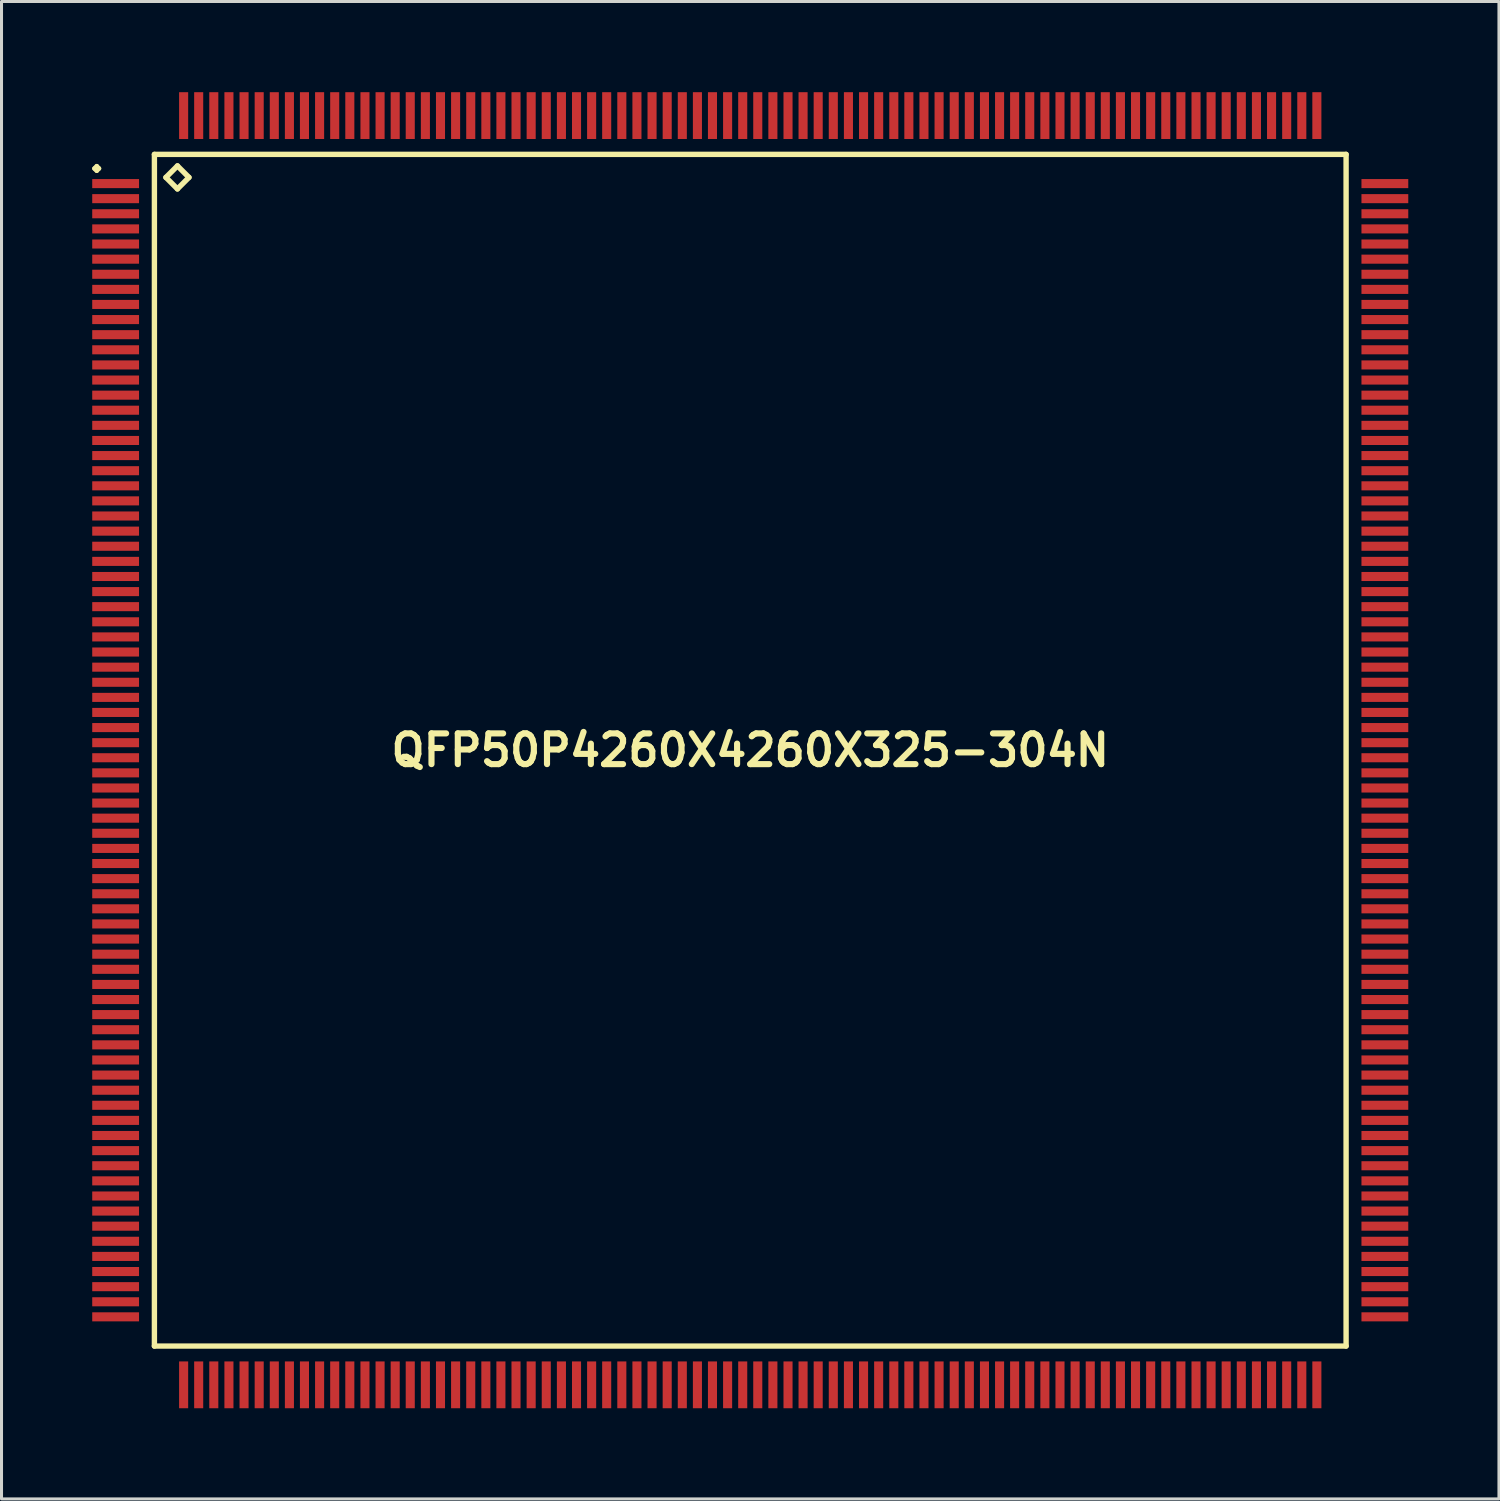
<source format=kicad_pcb>
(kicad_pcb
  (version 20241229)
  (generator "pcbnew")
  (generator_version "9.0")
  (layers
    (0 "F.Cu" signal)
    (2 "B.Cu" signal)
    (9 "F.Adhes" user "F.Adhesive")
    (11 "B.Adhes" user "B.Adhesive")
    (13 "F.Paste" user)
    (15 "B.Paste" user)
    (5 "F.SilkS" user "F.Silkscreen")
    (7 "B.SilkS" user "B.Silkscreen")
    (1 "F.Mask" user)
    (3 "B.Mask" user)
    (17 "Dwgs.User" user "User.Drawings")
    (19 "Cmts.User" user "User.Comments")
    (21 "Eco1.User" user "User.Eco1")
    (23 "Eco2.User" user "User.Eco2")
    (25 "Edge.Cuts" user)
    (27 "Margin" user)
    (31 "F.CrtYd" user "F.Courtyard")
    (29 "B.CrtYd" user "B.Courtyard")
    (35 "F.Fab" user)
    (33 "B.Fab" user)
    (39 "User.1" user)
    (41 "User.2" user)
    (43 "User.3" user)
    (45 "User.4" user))
  (footprint "QFP50P4260X4260X325-304N"
    (layer "F.Cu")
    (at 21.774 21.773)
    (property "Reference" "QFP50P4260X4260X325-304N" (at 0 0 0) (layer "F.SilkS") (effects (font (size 1.016 1.016) (thickness 0.203))))
    (attr smd)
    (fp_line (start -21.699 -19.248) (end -21.623 -19.324) (stroke (width 0.15) (type solid)) (layer "F.SilkS"))
    (fp_line (start -21.623 -19.324) (end -21.549 -19.248) (stroke (width 0.15) (type solid)) (layer "F.SilkS"))
    (fp_line (start -21.623 -19.174) (end -21.699 -19.248) (stroke (width 0.15) (type solid)) (layer "F.SilkS"))
    (fp_line (start -21.549 -19.248) (end -21.623 -19.174) (stroke (width 0.15) (type solid)) (layer "F.SilkS"))
    (fp_line (start -19.715 -19.715) (end -19.715 19.715) (stroke (width 0.178) (type solid)) (layer "F.SilkS"))
    (fp_line (start -19.715 19.715) (end 19.715 19.715) (stroke (width 0.178) (type solid)) (layer "F.SilkS"))
    (fp_line (start -19.334 -18.953) (end -18.953 -19.334) (stroke (width 0.178) (type solid)) (layer "F.SilkS"))
    (fp_line (start -18.953 -19.334) (end -18.572 -18.953) (stroke (width 0.178) (type solid)) (layer "F.SilkS"))
    (fp_line (start -18.953 -18.572) (end -19.334 -18.953) (stroke (width 0.178) (type solid)) (layer "F.SilkS"))
    (fp_line (start -18.572 -18.953) (end -18.953 -18.572) (stroke (width 0.178) (type solid)) (layer "F.SilkS"))
    (fp_line (start 19.715 -19.715) (end -19.715 -19.715) (stroke (width 0.178) (type solid)) (layer "F.SilkS"))
    (fp_line (start 19.715 19.715) (end 19.715 -19.715) (stroke (width 0.178) (type solid)) (layer "F.SilkS"))
    (pad "1" smd rect (at -20.998 -18.748) (size 1.549 0.3) (layers "F.Cu" "F.Mask" "F.Paste"))
    (pad "2" smd rect (at -20.998 -18.25) (size 1.549 0.3) (layers "F.Cu" "F.Mask" "F.Paste"))
    (pad "3" smd rect (at -20.998 -17.75) (size 1.549 0.3) (layers "F.Cu" "F.Mask" "F.Paste"))
    (pad "4" smd rect (at -20.998 -17.249) (size 1.549 0.3) (layers "F.Cu" "F.Mask" "F.Paste"))
    (pad "5" smd rect (at -20.998 -16.749) (size 1.549 0.3) (layers "F.Cu" "F.Mask" "F.Paste"))
    (pad "6" smd rect (at -20.998 -16.248) (size 1.549 0.3) (layers "F.Cu" "F.Mask" "F.Paste"))
    (pad "7" smd rect (at -20.998 -15.748) (size 1.549 0.3) (layers "F.Cu" "F.Mask" "F.Paste"))
    (pad "8" smd rect (at -20.998 -15.248) (size 1.549 0.3) (layers "F.Cu" "F.Mask" "F.Paste"))
    (pad "9" smd rect (at -20.998 -14.75) (size 1.549 0.3) (layers "F.Cu" "F.Mask" "F.Paste"))
    (pad "10" smd rect (at -20.998 -14.249) (size 1.549 0.3) (layers "F.Cu" "F.Mask" "F.Paste"))
    (pad "11" smd rect (at -20.998 -13.749) (size 1.549 0.3) (layers "F.Cu" "F.Mask" "F.Paste"))
    (pad "12" smd rect (at -20.998 -13.249) (size 1.549 0.3) (layers "F.Cu" "F.Mask" "F.Paste"))
    (pad "13" smd rect (at -20.998 -12.748) (size 1.549 0.3) (layers "F.Cu" "F.Mask" "F.Paste"))
    (pad "14" smd rect (at -20.998 -12.248) (size 1.549 0.3) (layers "F.Cu" "F.Mask" "F.Paste"))
    (pad "15" smd rect (at -20.998 -11.748) (size 1.549 0.3) (layers "F.Cu" "F.Mask" "F.Paste"))
    (pad "16" smd rect (at -20.998 -11.25) (size 1.549 0.3) (layers "F.Cu" "F.Mask" "F.Paste"))
    (pad "17" smd rect (at -20.998 -10.749) (size 1.549 0.3) (layers "F.Cu" "F.Mask" "F.Paste"))
    (pad "18" smd rect (at -20.998 -10.249) (size 1.549 0.3) (layers "F.Cu" "F.Mask" "F.Paste"))
    (pad "19" smd rect (at -20.998 -9.749) (size 1.549 0.3) (layers "F.Cu" "F.Mask" "F.Paste"))
    (pad "20" smd rect (at -20.998 -9.248) (size 1.549 0.3) (layers "F.Cu" "F.Mask" "F.Paste"))
    (pad "21" smd rect (at -20.998 -8.748) (size 1.549 0.3) (layers "F.Cu" "F.Mask" "F.Paste"))
    (pad "22" smd rect (at -20.998 -8.25) (size 1.549 0.3) (layers "F.Cu" "F.Mask" "F.Paste"))
    (pad "23" smd rect (at -20.998 -7.75) (size 1.549 0.3) (layers "F.Cu" "F.Mask" "F.Paste"))
    (pad "24" smd rect (at -20.998 -7.249) (size 1.549 0.3) (layers "F.Cu" "F.Mask" "F.Paste"))
    (pad "25" smd rect (at -20.998 -6.749) (size 1.549 0.3) (layers "F.Cu" "F.Mask" "F.Paste"))
    (pad "26" smd rect (at -20.998 -6.248) (size 1.549 0.3) (layers "F.Cu" "F.Mask" "F.Paste"))
    (pad "27" smd rect (at -20.998 -5.748) (size 1.549 0.3) (layers "F.Cu" "F.Mask" "F.Paste"))
    (pad "28" smd rect (at -20.998 -5.248) (size 1.549 0.3) (layers "F.Cu" "F.Mask" "F.Paste"))
    (pad "29" smd rect (at -20.998 -4.75) (size 1.549 0.3) (layers "F.Cu" "F.Mask" "F.Paste"))
    (pad "30" smd rect (at -20.998 -4.249) (size 1.549 0.3) (layers "F.Cu" "F.Mask" "F.Paste"))
    (pad "31" smd rect (at -20.998 -3.749) (size 1.549 0.3) (layers "F.Cu" "F.Mask" "F.Paste"))
    (pad "32" smd rect (at -20.998 -3.249) (size 1.549 0.3) (layers "F.Cu" "F.Mask" "F.Paste"))
    (pad "33" smd rect (at -20.998 -2.748) (size 1.549 0.3) (layers "F.Cu" "F.Mask" "F.Paste"))
    (pad "34" smd rect (at -20.998 -2.248) (size 1.549 0.3) (layers "F.Cu" "F.Mask" "F.Paste"))
    (pad "35" smd rect (at -20.998 -1.748) (size 1.549 0.3) (layers "F.Cu" "F.Mask" "F.Paste"))
    (pad "36" smd rect (at -20.998 -1.25) (size 1.549 0.3) (layers "F.Cu" "F.Mask" "F.Paste"))
    (pad "37" smd rect (at -20.998 -0.749) (size 1.549 0.3) (layers "F.Cu" "F.Mask" "F.Paste"))
    (pad "38" smd rect (at -20.998 -0.249) (size 1.549 0.3) (layers "F.Cu" "F.Mask" "F.Paste"))
    (pad "39" smd rect (at -20.998 0.249) (size 1.549 0.3) (layers "F.Cu" "F.Mask" "F.Paste"))
    (pad "40" smd rect (at -20.998 0.749) (size 1.549 0.3) (layers "F.Cu" "F.Mask" "F.Paste"))
    (pad "41" smd rect (at -20.998 1.25) (size 1.549 0.3) (layers "F.Cu" "F.Mask" "F.Paste"))
    (pad "42" smd rect (at -20.998 1.748) (size 1.549 0.3) (layers "F.Cu" "F.Mask" "F.Paste"))
    (pad "43" smd rect (at -20.998 2.248) (size 1.549 0.3) (layers "F.Cu" "F.Mask" "F.Paste"))
    (pad "44" smd rect (at -20.998 2.748) (size 1.549 0.3) (layers "F.Cu" "F.Mask" "F.Paste"))
    (pad "45" smd rect (at -20.998 3.249) (size 1.549 0.3) (layers "F.Cu" "F.Mask" "F.Paste"))
    (pad "46" smd rect (at -20.998 3.749) (size 1.549 0.3) (layers "F.Cu" "F.Mask" "F.Paste"))
    (pad "47" smd rect (at -20.998 4.249) (size 1.549 0.3) (layers "F.Cu" "F.Mask" "F.Paste"))
    (pad "48" smd rect (at -20.998 4.75) (size 1.549 0.3) (layers "F.Cu" "F.Mask" "F.Paste"))
    (pad "49" smd rect (at -20.998 5.248) (size 1.549 0.3) (layers "F.Cu" "F.Mask" "F.Paste"))
    (pad "50" smd rect (at -20.998 5.748) (size 1.549 0.3) (layers "F.Cu" "F.Mask" "F.Paste"))
    (pad "51" smd rect (at -20.998 6.248) (size 1.549 0.3) (layers "F.Cu" "F.Mask" "F.Paste"))
    (pad "52" smd rect (at -20.998 6.749) (size 1.549 0.3) (layers "F.Cu" "F.Mask" "F.Paste"))
    (pad "53" smd rect (at -20.998 7.249) (size 1.549 0.3) (layers "F.Cu" "F.Mask" "F.Paste"))
    (pad "54" smd rect (at -20.998 7.75) (size 1.549 0.3) (layers "F.Cu" "F.Mask" "F.Paste"))
    (pad "55" smd rect (at -20.998 8.25) (size 1.549 0.3) (layers "F.Cu" "F.Mask" "F.Paste"))
    (pad "56" smd rect (at -20.998 8.748) (size 1.549 0.3) (layers "F.Cu" "F.Mask" "F.Paste"))
    (pad "57" smd rect (at -20.998 9.248) (size 1.549 0.3) (layers "F.Cu" "F.Mask" "F.Paste"))
    (pad "58" smd rect (at -20.998 9.749) (size 1.549 0.3) (layers "F.Cu" "F.Mask" "F.Paste"))
    (pad "59" smd rect (at -20.998 10.249) (size 1.549 0.3) (layers "F.Cu" "F.Mask" "F.Paste"))
    (pad "60" smd rect (at -20.998 10.749) (size 1.549 0.3) (layers "F.Cu" "F.Mask" "F.Paste"))
    (pad "61" smd rect (at -20.998 11.25) (size 1.549 0.3) (layers "F.Cu" "F.Mask" "F.Paste"))
    (pad "62" smd rect (at -20.998 11.748) (size 1.549 0.3) (layers "F.Cu" "F.Mask" "F.Paste"))
    (pad "63" smd rect (at -20.998 12.248) (size 1.549 0.3) (layers "F.Cu" "F.Mask" "F.Paste"))
    (pad "64" smd rect (at -20.998 12.748) (size 1.549 0.3) (layers "F.Cu" "F.Mask" "F.Paste"))
    (pad "65" smd rect (at -20.998 13.249) (size 1.549 0.3) (layers "F.Cu" "F.Mask" "F.Paste"))
    (pad "66" smd rect (at -20.998 13.749) (size 1.549 0.3) (layers "F.Cu" "F.Mask" "F.Paste"))
    (pad "67" smd rect (at -20.998 14.249) (size 1.549 0.3) (layers "F.Cu" "F.Mask" "F.Paste"))
    (pad "68" smd rect (at -20.998 14.75) (size 1.549 0.3) (layers "F.Cu" "F.Mask" "F.Paste"))
    (pad "69" smd rect (at -20.998 15.248) (size 1.549 0.3) (layers "F.Cu" "F.Mask" "F.Paste"))
    (pad "70" smd rect (at -20.998 15.748) (size 1.549 0.3) (layers "F.Cu" "F.Mask" "F.Paste"))
    (pad "71" smd rect (at -20.998 16.248) (size 1.549 0.3) (layers "F.Cu" "F.Mask" "F.Paste"))
    (pad "72" smd rect (at -20.998 16.749) (size 1.549 0.3) (layers "F.Cu" "F.Mask" "F.Paste"))
    (pad "73" smd rect (at -20.998 17.249) (size 1.549 0.3) (layers "F.Cu" "F.Mask" "F.Paste"))
    (pad "74" smd rect (at -20.998 17.75) (size 1.549 0.3) (layers "F.Cu" "F.Mask" "F.Paste"))
    (pad "75" smd rect (at -20.998 18.25) (size 1.549 0.3) (layers "F.Cu" "F.Mask" "F.Paste"))
    (pad "76" smd rect (at -20.998 18.748) (size 1.549 0.3) (layers "F.Cu" "F.Mask" "F.Paste"))
    (pad "77" smd rect (at -18.748 20.998) (size 0.3 1.549) (layers "F.Cu" "F.Mask" "F.Paste"))
    (pad "78" smd rect (at -18.25 20.998) (size 0.3 1.549) (layers "F.Cu" "F.Mask" "F.Paste"))
    (pad "79" smd rect (at -17.75 20.998) (size 0.3 1.549) (layers "F.Cu" "F.Mask" "F.Paste"))
    (pad "80" smd rect (at -17.249 20.998) (size 0.3 1.549) (layers "F.Cu" "F.Mask" "F.Paste"))
    (pad "81" smd rect (at -16.749 20.998) (size 0.3 1.549) (layers "F.Cu" "F.Mask" "F.Paste"))
    (pad "82" smd rect (at -16.248 20.998) (size 0.3 1.549) (layers "F.Cu" "F.Mask" "F.Paste"))
    (pad "83" smd rect (at -15.748 20.998) (size 0.3 1.549) (layers "F.Cu" "F.Mask" "F.Paste"))
    (pad "84" smd rect (at -15.248 20.998) (size 0.3 1.549) (layers "F.Cu" "F.Mask" "F.Paste"))
    (pad "85" smd rect (at -14.75 20.998) (size 0.3 1.549) (layers "F.Cu" "F.Mask" "F.Paste"))
    (pad "86" smd rect (at -14.249 20.998) (size 0.3 1.549) (layers "F.Cu" "F.Mask" "F.Paste"))
    (pad "87" smd rect (at -13.749 20.998) (size 0.3 1.549) (layers "F.Cu" "F.Mask" "F.Paste"))
    (pad "88" smd rect (at -13.249 20.998) (size 0.3 1.549) (layers "F.Cu" "F.Mask" "F.Paste"))
    (pad "89" smd rect (at -12.748 20.998) (size 0.3 1.549) (layers "F.Cu" "F.Mask" "F.Paste"))
    (pad "90" smd rect (at -12.248 20.998) (size 0.3 1.549) (layers "F.Cu" "F.Mask" "F.Paste"))
    (pad "91" smd rect (at -11.748 20.998) (size 0.3 1.549) (layers "F.Cu" "F.Mask" "F.Paste"))
    (pad "92" smd rect (at -11.25 20.998) (size 0.3 1.549) (layers "F.Cu" "F.Mask" "F.Paste"))
    (pad "93" smd rect (at -10.749 20.998) (size 0.3 1.549) (layers "F.Cu" "F.Mask" "F.Paste"))
    (pad "94" smd rect (at -10.249 20.998) (size 0.3 1.549) (layers "F.Cu" "F.Mask" "F.Paste"))
    (pad "95" smd rect (at -9.749 20.998) (size 0.3 1.549) (layers "F.Cu" "F.Mask" "F.Paste"))
    (pad "96" smd rect (at -9.248 20.998) (size 0.3 1.549) (layers "F.Cu" "F.Mask" "F.Paste"))
    (pad "97" smd rect (at -8.748 20.998) (size 0.3 1.549) (layers "F.Cu" "F.Mask" "F.Paste"))
    (pad "98" smd rect (at -8.25 20.998) (size 0.3 1.549) (layers "F.Cu" "F.Mask" "F.Paste"))
    (pad "99" smd rect (at -7.75 20.998) (size 0.3 1.549) (layers "F.Cu" "F.Mask" "F.Paste"))
    (pad "100" smd rect (at -7.249 20.998) (size 0.3 1.549) (layers "F.Cu" "F.Mask" "F.Paste"))
    (pad "101" smd rect (at -6.749 20.998) (size 0.3 1.549) (layers "F.Cu" "F.Mask" "F.Paste"))
    (pad "102" smd rect (at -6.248 20.998) (size 0.3 1.549) (layers "F.Cu" "F.Mask" "F.Paste"))
    (pad "103" smd rect (at -5.748 20.998) (size 0.3 1.549) (layers "F.Cu" "F.Mask" "F.Paste"))
    (pad "104" smd rect (at -5.248 20.998) (size 0.3 1.549) (layers "F.Cu" "F.Mask" "F.Paste"))
    (pad "105" smd rect (at -4.75 20.998) (size 0.3 1.549) (layers "F.Cu" "F.Mask" "F.Paste"))
    (pad "106" smd rect (at -4.249 20.998) (size 0.3 1.549) (layers "F.Cu" "F.Mask" "F.Paste"))
    (pad "107" smd rect (at -3.749 20.998) (size 0.3 1.549) (layers "F.Cu" "F.Mask" "F.Paste"))
    (pad "108" smd rect (at -3.249 20.998) (size 0.3 1.549) (layers "F.Cu" "F.Mask" "F.Paste"))
    (pad "109" smd rect (at -2.748 20.998) (size 0.3 1.549) (layers "F.Cu" "F.Mask" "F.Paste"))
    (pad "110" smd rect (at -2.248 20.998) (size 0.3 1.549) (layers "F.Cu" "F.Mask" "F.Paste"))
    (pad "111" smd rect (at -1.748 20.998) (size 0.3 1.549) (layers "F.Cu" "F.Mask" "F.Paste"))
    (pad "112" smd rect (at -1.25 20.998) (size 0.3 1.549) (layers "F.Cu" "F.Mask" "F.Paste"))
    (pad "113" smd rect (at -0.749 20.998) (size 0.3 1.549) (layers "F.Cu" "F.Mask" "F.Paste"))
    (pad "114" smd rect (at -0.249 20.998) (size 0.3 1.549) (layers "F.Cu" "F.Mask" "F.Paste"))
    (pad "115" smd rect (at 0.249 20.998) (size 0.3 1.549) (layers "F.Cu" "F.Mask" "F.Paste"))
    (pad "116" smd rect (at 0.749 20.998) (size 0.3 1.549) (layers "F.Cu" "F.Mask" "F.Paste"))
    (pad "117" smd rect (at 1.25 20.998) (size 0.3 1.549) (layers "F.Cu" "F.Mask" "F.Paste"))
    (pad "118" smd rect (at 1.748 20.998) (size 0.3 1.549) (layers "F.Cu" "F.Mask" "F.Paste"))
    (pad "119" smd rect (at 2.248 20.998) (size 0.3 1.549) (layers "F.Cu" "F.Mask" "F.Paste"))
    (pad "120" smd rect (at 2.748 20.998) (size 0.3 1.549) (layers "F.Cu" "F.Mask" "F.Paste"))
    (pad "121" smd rect (at 3.249 20.998) (size 0.3 1.549) (layers "F.Cu" "F.Mask" "F.Paste"))
    (pad "122" smd rect (at 3.749 20.998) (size 0.3 1.549) (layers "F.Cu" "F.Mask" "F.Paste"))
    (pad "123" smd rect (at 4.249 20.998) (size 0.3 1.549) (layers "F.Cu" "F.Mask" "F.Paste"))
    (pad "124" smd rect (at 4.75 20.998) (size 0.3 1.549) (layers "F.Cu" "F.Mask" "F.Paste"))
    (pad "125" smd rect (at 5.248 20.998) (size 0.3 1.549) (layers "F.Cu" "F.Mask" "F.Paste"))
    (pad "126" smd rect (at 5.748 20.998) (size 0.3 1.549) (layers "F.Cu" "F.Mask" "F.Paste"))
    (pad "127" smd rect (at 6.248 20.998) (size 0.3 1.549) (layers "F.Cu" "F.Mask" "F.Paste"))
    (pad "128" smd rect (at 6.749 20.998) (size 0.3 1.549) (layers "F.Cu" "F.Mask" "F.Paste"))
    (pad "129" smd rect (at 7.249 20.998) (size 0.3 1.549) (layers "F.Cu" "F.Mask" "F.Paste"))
    (pad "130" smd rect (at 7.75 20.998) (size 0.3 1.549) (layers "F.Cu" "F.Mask" "F.Paste"))
    (pad "131" smd rect (at 8.25 20.998) (size 0.3 1.549) (layers "F.Cu" "F.Mask" "F.Paste"))
    (pad "132" smd rect (at 8.748 20.998) (size 0.3 1.549) (layers "F.Cu" "F.Mask" "F.Paste"))
    (pad "133" smd rect (at 9.248 20.998) (size 0.3 1.549) (layers "F.Cu" "F.Mask" "F.Paste"))
    (pad "134" smd rect (at 9.749 20.998) (size 0.3 1.549) (layers "F.Cu" "F.Mask" "F.Paste"))
    (pad "135" smd rect (at 10.249 20.998) (size 0.3 1.549) (layers "F.Cu" "F.Mask" "F.Paste"))
    (pad "136" smd rect (at 10.749 20.998) (size 0.3 1.549) (layers "F.Cu" "F.Mask" "F.Paste"))
    (pad "137" smd rect (at 11.25 20.998) (size 0.3 1.549) (layers "F.Cu" "F.Mask" "F.Paste"))
    (pad "138" smd rect (at 11.748 20.998) (size 0.3 1.549) (layers "F.Cu" "F.Mask" "F.Paste"))
    (pad "139" smd rect (at 12.248 20.998) (size 0.3 1.549) (layers "F.Cu" "F.Mask" "F.Paste"))
    (pad "140" smd rect (at 12.748 20.998) (size 0.3 1.549) (layers "F.Cu" "F.Mask" "F.Paste"))
    (pad "141" smd rect (at 13.249 20.998) (size 0.3 1.549) (layers "F.Cu" "F.Mask" "F.Paste"))
    (pad "142" smd rect (at 13.749 20.998) (size 0.3 1.549) (layers "F.Cu" "F.Mask" "F.Paste"))
    (pad "143" smd rect (at 14.249 20.998) (size 0.3 1.549) (layers "F.Cu" "F.Mask" "F.Paste"))
    (pad "144" smd rect (at 14.75 20.998) (size 0.3 1.549) (layers "F.Cu" "F.Mask" "F.Paste"))
    (pad "145" smd rect (at 15.248 20.998) (size 0.3 1.549) (layers "F.Cu" "F.Mask" "F.Paste"))
    (pad "146" smd rect (at 15.748 20.998) (size 0.3 1.549) (layers "F.Cu" "F.Mask" "F.Paste"))
    (pad "147" smd rect (at 16.248 20.998) (size 0.3 1.549) (layers "F.Cu" "F.Mask" "F.Paste"))
    (pad "148" smd rect (at 16.749 20.998) (size 0.3 1.549) (layers "F.Cu" "F.Mask" "F.Paste"))
    (pad "149" smd rect (at 17.249 20.998) (size 0.3 1.549) (layers "F.Cu" "F.Mask" "F.Paste"))
    (pad "150" smd rect (at 17.75 20.998) (size 0.3 1.549) (layers "F.Cu" "F.Mask" "F.Paste"))
    (pad "151" smd rect (at 18.25 20.998) (size 0.3 1.549) (layers "F.Cu" "F.Mask" "F.Paste"))
    (pad "152" smd rect (at 18.748 20.998) (size 0.3 1.549) (layers "F.Cu" "F.Mask" "F.Paste"))
    (pad "153" smd rect (at 20.998 18.748) (size 1.549 0.3) (layers "F.Cu" "F.Mask" "F.Paste"))
    (pad "154" smd rect (at 20.998 18.25) (size 1.549 0.3) (layers "F.Cu" "F.Mask" "F.Paste"))
    (pad "155" smd rect (at 20.998 17.75) (size 1.549 0.3) (layers "F.Cu" "F.Mask" "F.Paste"))
    (pad "156" smd rect (at 20.998 17.249) (size 1.549 0.3) (layers "F.Cu" "F.Mask" "F.Paste"))
    (pad "157" smd rect (at 20.998 16.749) (size 1.549 0.3) (layers "F.Cu" "F.Mask" "F.Paste"))
    (pad "158" smd rect (at 20.998 16.248) (size 1.549 0.3) (layers "F.Cu" "F.Mask" "F.Paste"))
    (pad "159" smd rect (at 20.998 15.748) (size 1.549 0.3) (layers "F.Cu" "F.Mask" "F.Paste"))
    (pad "160" smd rect (at 20.998 15.248) (size 1.549 0.3) (layers "F.Cu" "F.Mask" "F.Paste"))
    (pad "161" smd rect (at 20.998 14.75) (size 1.549 0.3) (layers "F.Cu" "F.Mask" "F.Paste"))
    (pad "162" smd rect (at 20.998 14.249) (size 1.549 0.3) (layers "F.Cu" "F.Mask" "F.Paste"))
    (pad "163" smd rect (at 20.998 13.749) (size 1.549 0.3) (layers "F.Cu" "F.Mask" "F.Paste"))
    (pad "164" smd rect (at 20.998 13.249) (size 1.549 0.3) (layers "F.Cu" "F.Mask" "F.Paste"))
    (pad "165" smd rect (at 20.998 12.748) (size 1.549 0.3) (layers "F.Cu" "F.Mask" "F.Paste"))
    (pad "166" smd rect (at 20.998 12.248) (size 1.549 0.3) (layers "F.Cu" "F.Mask" "F.Paste"))
    (pad "167" smd rect (at 20.998 11.748) (size 1.549 0.3) (layers "F.Cu" "F.Mask" "F.Paste"))
    (pad "168" smd rect (at 20.998 11.25) (size 1.549 0.3) (layers "F.Cu" "F.Mask" "F.Paste"))
    (pad "169" smd rect (at 20.998 10.749) (size 1.549 0.3) (layers "F.Cu" "F.Mask" "F.Paste"))
    (pad "170" smd rect (at 20.998 10.249) (size 1.549 0.3) (layers "F.Cu" "F.Mask" "F.Paste"))
    (pad "171" smd rect (at 20.998 9.749) (size 1.549 0.3) (layers "F.Cu" "F.Mask" "F.Paste"))
    (pad "172" smd rect (at 20.998 9.248) (size 1.549 0.3) (layers "F.Cu" "F.Mask" "F.Paste"))
    (pad "173" smd rect (at 20.998 8.748) (size 1.549 0.3) (layers "F.Cu" "F.Mask" "F.Paste"))
    (pad "174" smd rect (at 20.998 8.25) (size 1.549 0.3) (layers "F.Cu" "F.Mask" "F.Paste"))
    (pad "175" smd rect (at 20.998 7.75) (size 1.549 0.3) (layers "F.Cu" "F.Mask" "F.Paste"))
    (pad "176" smd rect (at 20.998 7.249) (size 1.549 0.3) (layers "F.Cu" "F.Mask" "F.Paste"))
    (pad "177" smd rect (at 20.998 6.749) (size 1.549 0.3) (layers "F.Cu" "F.Mask" "F.Paste"))
    (pad "178" smd rect (at 20.998 6.248) (size 1.549 0.3) (layers "F.Cu" "F.Mask" "F.Paste"))
    (pad "179" smd rect (at 20.998 5.748) (size 1.549 0.3) (layers "F.Cu" "F.Mask" "F.Paste"))
    (pad "180" smd rect (at 20.998 5.248) (size 1.549 0.3) (layers "F.Cu" "F.Mask" "F.Paste"))
    (pad "181" smd rect (at 20.998 4.75) (size 1.549 0.3) (layers "F.Cu" "F.Mask" "F.Paste"))
    (pad "182" smd rect (at 20.998 4.249) (size 1.549 0.3) (layers "F.Cu" "F.Mask" "F.Paste"))
    (pad "183" smd rect (at 20.998 3.749) (size 1.549 0.3) (layers "F.Cu" "F.Mask" "F.Paste"))
    (pad "184" smd rect (at 20.998 3.249) (size 1.549 0.3) (layers "F.Cu" "F.Mask" "F.Paste"))
    (pad "185" smd rect (at 20.998 2.748) (size 1.549 0.3) (layers "F.Cu" "F.Mask" "F.Paste"))
    (pad "186" smd rect (at 20.998 2.248) (size 1.549 0.3) (layers "F.Cu" "F.Mask" "F.Paste"))
    (pad "187" smd rect (at 20.998 1.748) (size 1.549 0.3) (layers "F.Cu" "F.Mask" "F.Paste"))
    (pad "188" smd rect (at 20.998 1.25) (size 1.549 0.3) (layers "F.Cu" "F.Mask" "F.Paste"))
    (pad "189" smd rect (at 20.998 0.749) (size 1.549 0.3) (layers "F.Cu" "F.Mask" "F.Paste"))
    (pad "190" smd rect (at 20.998 0.249) (size 1.549 0.3) (layers "F.Cu" "F.Mask" "F.Paste"))
    (pad "191" smd rect (at 20.998 -0.249) (size 1.549 0.3) (layers "F.Cu" "F.Mask" "F.Paste"))
    (pad "192" smd rect (at 20.998 -0.749) (size 1.549 0.3) (layers "F.Cu" "F.Mask" "F.Paste"))
    (pad "193" smd rect (at 20.998 -1.25) (size 1.549 0.3) (layers "F.Cu" "F.Mask" "F.Paste"))
    (pad "194" smd rect (at 20.998 -1.748) (size 1.549 0.3) (layers "F.Cu" "F.Mask" "F.Paste"))
    (pad "195" smd rect (at 20.998 -2.248) (size 1.549 0.3) (layers "F.Cu" "F.Mask" "F.Paste"))
    (pad "196" smd rect (at 20.998 -2.748) (size 1.549 0.3) (layers "F.Cu" "F.Mask" "F.Paste"))
    (pad "197" smd rect (at 20.998 -3.249) (size 1.549 0.3) (layers "F.Cu" "F.Mask" "F.Paste"))
    (pad "198" smd rect (at 20.998 -3.749) (size 1.549 0.3) (layers "F.Cu" "F.Mask" "F.Paste"))
    (pad "199" smd rect (at 20.998 -4.249) (size 1.549 0.3) (layers "F.Cu" "F.Mask" "F.Paste"))
    (pad "200" smd rect (at 20.998 -4.75) (size 1.549 0.3) (layers "F.Cu" "F.Mask" "F.Paste"))
    (pad "201" smd rect (at 20.998 -5.248) (size 1.549 0.3) (layers "F.Cu" "F.Mask" "F.Paste"))
    (pad "202" smd rect (at 20.998 -5.748) (size 1.549 0.3) (layers "F.Cu" "F.Mask" "F.Paste"))
    (pad "203" smd rect (at 20.998 -6.248) (size 1.549 0.3) (layers "F.Cu" "F.Mask" "F.Paste"))
    (pad "204" smd rect (at 20.998 -6.749) (size 1.549 0.3) (layers "F.Cu" "F.Mask" "F.Paste"))
    (pad "205" smd rect (at 20.998 -7.249) (size 1.549 0.3) (layers "F.Cu" "F.Mask" "F.Paste"))
    (pad "206" smd rect (at 20.998 -7.75) (size 1.549 0.3) (layers "F.Cu" "F.Mask" "F.Paste"))
    (pad "207" smd rect (at 20.998 -8.25) (size 1.549 0.3) (layers "F.Cu" "F.Mask" "F.Paste"))
    (pad "208" smd rect (at 20.998 -8.748) (size 1.549 0.3) (layers "F.Cu" "F.Mask" "F.Paste"))
    (pad "209" smd rect (at 20.998 -9.248) (size 1.549 0.3) (layers "F.Cu" "F.Mask" "F.Paste"))
    (pad "210" smd rect (at 20.998 -9.749) (size 1.549 0.3) (layers "F.Cu" "F.Mask" "F.Paste"))
    (pad "211" smd rect (at 20.998 -10.249) (size 1.549 0.3) (layers "F.Cu" "F.Mask" "F.Paste"))
    (pad "212" smd rect (at 20.998 -10.749) (size 1.549 0.3) (layers "F.Cu" "F.Mask" "F.Paste"))
    (pad "213" smd rect (at 20.998 -11.25) (size 1.549 0.3) (layers "F.Cu" "F.Mask" "F.Paste"))
    (pad "214" smd rect (at 20.998 -11.748) (size 1.549 0.3) (layers "F.Cu" "F.Mask" "F.Paste"))
    (pad "215" smd rect (at 20.998 -12.248) (size 1.549 0.3) (layers "F.Cu" "F.Mask" "F.Paste"))
    (pad "216" smd rect (at 20.998 -12.748) (size 1.549 0.3) (layers "F.Cu" "F.Mask" "F.Paste"))
    (pad "217" smd rect (at 20.998 -13.249) (size 1.549 0.3) (layers "F.Cu" "F.Mask" "F.Paste"))
    (pad "218" smd rect (at 20.998 -13.749) (size 1.549 0.3) (layers "F.Cu" "F.Mask" "F.Paste"))
    (pad "219" smd rect (at 20.998 -14.249) (size 1.549 0.3) (layers "F.Cu" "F.Mask" "F.Paste"))
    (pad "220" smd rect (at 20.998 -14.75) (size 1.549 0.3) (layers "F.Cu" "F.Mask" "F.Paste"))
    (pad "221" smd rect (at 20.998 -15.248) (size 1.549 0.3) (layers "F.Cu" "F.Mask" "F.Paste"))
    (pad "222" smd rect (at 20.998 -15.748) (size 1.549 0.3) (layers "F.Cu" "F.Mask" "F.Paste"))
    (pad "223" smd rect (at 20.998 -16.248) (size 1.549 0.3) (layers "F.Cu" "F.Mask" "F.Paste"))
    (pad "224" smd rect (at 20.998 -16.749) (size 1.549 0.3) (layers "F.Cu" "F.Mask" "F.Paste"))
    (pad "225" smd rect (at 20.998 -17.249) (size 1.549 0.3) (layers "F.Cu" "F.Mask" "F.Paste"))
    (pad "226" smd rect (at 20.998 -17.75) (size 1.549 0.3) (layers "F.Cu" "F.Mask" "F.Paste"))
    (pad "227" smd rect (at 20.998 -18.25) (size 1.549 0.3) (layers "F.Cu" "F.Mask" "F.Paste"))
    (pad "228" smd rect (at 20.998 -18.748) (size 1.549 0.3) (layers "F.Cu" "F.Mask" "F.Paste"))
    (pad "229" smd rect (at 18.748 -20.998) (size 0.3 1.549) (layers "F.Cu" "F.Mask" "F.Paste"))
    (pad "230" smd rect (at 18.25 -20.998) (size 0.3 1.549) (layers "F.Cu" "F.Mask" "F.Paste"))
    (pad "231" smd rect (at 17.75 -20.998) (size 0.3 1.549) (layers "F.Cu" "F.Mask" "F.Paste"))
    (pad "232" smd rect (at 17.249 -20.998) (size 0.3 1.549) (layers "F.Cu" "F.Mask" "F.Paste"))
    (pad "233" smd rect (at 16.749 -20.998) (size 0.3 1.549) (layers "F.Cu" "F.Mask" "F.Paste"))
    (pad "234" smd rect (at 16.248 -20.998) (size 0.3 1.549) (layers "F.Cu" "F.Mask" "F.Paste"))
    (pad "235" smd rect (at 15.748 -20.998) (size 0.3 1.549) (layers "F.Cu" "F.Mask" "F.Paste"))
    (pad "236" smd rect (at 15.248 -20.998) (size 0.3 1.549) (layers "F.Cu" "F.Mask" "F.Paste"))
    (pad "237" smd rect (at 14.75 -20.998) (size 0.3 1.549) (layers "F.Cu" "F.Mask" "F.Paste"))
    (pad "238" smd rect (at 14.249 -20.998) (size 0.3 1.549) (layers "F.Cu" "F.Mask" "F.Paste"))
    (pad "239" smd rect (at 13.749 -20.998) (size 0.3 1.549) (layers "F.Cu" "F.Mask" "F.Paste"))
    (pad "240" smd rect (at 13.249 -20.998) (size 0.3 1.549) (layers "F.Cu" "F.Mask" "F.Paste"))
    (pad "241" smd rect (at 12.748 -20.998) (size 0.3 1.549) (layers "F.Cu" "F.Mask" "F.Paste"))
    (pad "242" smd rect (at 12.248 -20.998) (size 0.3 1.549) (layers "F.Cu" "F.Mask" "F.Paste"))
    (pad "243" smd rect (at 11.748 -20.998) (size 0.3 1.549) (layers "F.Cu" "F.Mask" "F.Paste"))
    (pad "244" smd rect (at 11.25 -20.998) (size 0.3 1.549) (layers "F.Cu" "F.Mask" "F.Paste"))
    (pad "245" smd rect (at 10.749 -20.998) (size 0.3 1.549) (layers "F.Cu" "F.Mask" "F.Paste"))
    (pad "246" smd rect (at 10.249 -20.998) (size 0.3 1.549) (layers "F.Cu" "F.Mask" "F.Paste"))
    (pad "247" smd rect (at 9.749 -20.998) (size 0.3 1.549) (layers "F.Cu" "F.Mask" "F.Paste"))
    (pad "248" smd rect (at 9.248 -20.998) (size 0.3 1.549) (layers "F.Cu" "F.Mask" "F.Paste"))
    (pad "249" smd rect (at 8.748 -20.998) (size 0.3 1.549) (layers "F.Cu" "F.Mask" "F.Paste"))
    (pad "250" smd rect (at 8.25 -20.998) (size 0.3 1.549) (layers "F.Cu" "F.Mask" "F.Paste"))
    (pad "251" smd rect (at 7.75 -20.998) (size 0.3 1.549) (layers "F.Cu" "F.Mask" "F.Paste"))
    (pad "252" smd rect (at 7.249 -20.998) (size 0.3 1.549) (layers "F.Cu" "F.Mask" "F.Paste"))
    (pad "253" smd rect (at 6.749 -20.998) (size 0.3 1.549) (layers "F.Cu" "F.Mask" "F.Paste"))
    (pad "254" smd rect (at 6.248 -20.998) (size 0.3 1.549) (layers "F.Cu" "F.Mask" "F.Paste"))
    (pad "255" smd rect (at 5.748 -20.998) (size 0.3 1.549) (layers "F.Cu" "F.Mask" "F.Paste"))
    (pad "256" smd rect (at 5.248 -20.998) (size 0.3 1.549) (layers "F.Cu" "F.Mask" "F.Paste"))
    (pad "257" smd rect (at 4.75 -20.998) (size 0.3 1.549) (layers "F.Cu" "F.Mask" "F.Paste"))
    (pad "258" smd rect (at 4.249 -20.998) (size 0.3 1.549) (layers "F.Cu" "F.Mask" "F.Paste"))
    (pad "259" smd rect (at 3.749 -20.998) (size 0.3 1.549) (layers "F.Cu" "F.Mask" "F.Paste"))
    (pad "260" smd rect (at 3.249 -20.998) (size 0.3 1.549) (layers "F.Cu" "F.Mask" "F.Paste"))
    (pad "261" smd rect (at 2.748 -20.998) (size 0.3 1.549) (layers "F.Cu" "F.Mask" "F.Paste"))
    (pad "262" smd rect (at 2.248 -20.998) (size 0.3 1.549) (layers "F.Cu" "F.Mask" "F.Paste"))
    (pad "263" smd rect (at 1.748 -20.998) (size 0.3 1.549) (layers "F.Cu" "F.Mask" "F.Paste"))
    (pad "264" smd rect (at 1.25 -20.998) (size 0.3 1.549) (layers "F.Cu" "F.Mask" "F.Paste"))
    (pad "265" smd rect (at 0.749 -20.998) (size 0.3 1.549) (layers "F.Cu" "F.Mask" "F.Paste"))
    (pad "266" smd rect (at 0.249 -20.998) (size 0.3 1.549) (layers "F.Cu" "F.Mask" "F.Paste"))
    (pad "267" smd rect (at -0.249 -20.998) (size 0.3 1.549) (layers "F.Cu" "F.Mask" "F.Paste"))
    (pad "268" smd rect (at -0.749 -20.998) (size 0.3 1.549) (layers "F.Cu" "F.Mask" "F.Paste"))
    (pad "269" smd rect (at -1.25 -20.998) (size 0.3 1.549) (layers "F.Cu" "F.Mask" "F.Paste"))
    (pad "270" smd rect (at -1.748 -20.998) (size 0.3 1.549) (layers "F.Cu" "F.Mask" "F.Paste"))
    (pad "271" smd rect (at -2.248 -20.998) (size 0.3 1.549) (layers "F.Cu" "F.Mask" "F.Paste"))
    (pad "272" smd rect (at -2.748 -20.998) (size 0.3 1.549) (layers "F.Cu" "F.Mask" "F.Paste"))
    (pad "273" smd rect (at -3.249 -20.998) (size 0.3 1.549) (layers "F.Cu" "F.Mask" "F.Paste"))
    (pad "274" smd rect (at -3.749 -20.998) (size 0.3 1.549) (layers "F.Cu" "F.Mask" "F.Paste"))
    (pad "275" smd rect (at -4.249 -20.998) (size 0.3 1.549) (layers "F.Cu" "F.Mask" "F.Paste"))
    (pad "276" smd rect (at -4.75 -20.998) (size 0.3 1.549) (layers "F.Cu" "F.Mask" "F.Paste"))
    (pad "277" smd rect (at -5.248 -20.998) (size 0.3 1.549) (layers "F.Cu" "F.Mask" "F.Paste"))
    (pad "278" smd rect (at -5.748 -20.998) (size 0.3 1.549) (layers "F.Cu" "F.Mask" "F.Paste"))
    (pad "279" smd rect (at -6.248 -20.998) (size 0.3 1.549) (layers "F.Cu" "F.Mask" "F.Paste"))
    (pad "280" smd rect (at -6.749 -20.998) (size 0.3 1.549) (layers "F.Cu" "F.Mask" "F.Paste"))
    (pad "281" smd rect (at -7.249 -20.998) (size 0.3 1.549) (layers "F.Cu" "F.Mask" "F.Paste"))
    (pad "282" smd rect (at -7.75 -20.998) (size 0.3 1.549) (layers "F.Cu" "F.Mask" "F.Paste"))
    (pad "283" smd rect (at -8.25 -20.998) (size 0.3 1.549) (layers "F.Cu" "F.Mask" "F.Paste"))
    (pad "284" smd rect (at -8.748 -20.998) (size 0.3 1.549) (layers "F.Cu" "F.Mask" "F.Paste"))
    (pad "285" smd rect (at -9.248 -20.998) (size 0.3 1.549) (layers "F.Cu" "F.Mask" "F.Paste"))
    (pad "286" smd rect (at -9.749 -20.998) (size 0.3 1.549) (layers "F.Cu" "F.Mask" "F.Paste"))
    (pad "287" smd rect (at -10.249 -20.998) (size 0.3 1.549) (layers "F.Cu" "F.Mask" "F.Paste"))
    (pad "288" smd rect (at -10.749 -20.998) (size 0.3 1.549) (layers "F.Cu" "F.Mask" "F.Paste"))
    (pad "289" smd rect (at -11.25 -20.998) (size 0.3 1.549) (layers "F.Cu" "F.Mask" "F.Paste"))
    (pad "290" smd rect (at -11.748 -20.998) (size 0.3 1.549) (layers "F.Cu" "F.Mask" "F.Paste"))
    (pad "291" smd rect (at -12.248 -20.998) (size 0.3 1.549) (layers "F.Cu" "F.Mask" "F.Paste"))
    (pad "292" smd rect (at -12.748 -20.998) (size 0.3 1.549) (layers "F.Cu" "F.Mask" "F.Paste"))
    (pad "293" smd rect (at -13.249 -20.998) (size 0.3 1.549) (layers "F.Cu" "F.Mask" "F.Paste"))
    (pad "294" smd rect (at -13.749 -20.998) (size 0.3 1.549) (layers "F.Cu" "F.Mask" "F.Paste"))
    (pad "295" smd rect (at -14.249 -20.998) (size 0.3 1.549) (layers "F.Cu" "F.Mask" "F.Paste"))
    (pad "296" smd rect (at -14.75 -20.998) (size 0.3 1.549) (layers "F.Cu" "F.Mask" "F.Paste"))
    (pad "297" smd rect (at -15.248 -20.998) (size 0.3 1.549) (layers "F.Cu" "F.Mask" "F.Paste"))
    (pad "298" smd rect (at -15.748 -20.998) (size 0.3 1.549) (layers "F.Cu" "F.Mask" "F.Paste"))
    (pad "299" smd rect (at -16.248 -20.998) (size 0.3 1.549) (layers "F.Cu" "F.Mask" "F.Paste"))
    (pad "300" smd rect (at -16.749 -20.998) (size 0.3 1.549) (layers "F.Cu" "F.Mask" "F.Paste"))
    (pad "301" smd rect (at -17.249 -20.998) (size 0.3 1.549) (layers "F.Cu" "F.Mask" "F.Paste"))
    (pad "302" smd rect (at -17.75 -20.998) (size 0.3 1.549) (layers "F.Cu" "F.Mask" "F.Paste"))
    (pad "303" smd rect (at -18.25 -20.998) (size 0.3 1.549) (layers "F.Cu" "F.Mask" "F.Paste"))
    (pad "304" smd rect (at -18.748 -20.998) (size 0.3 1.549) (layers "F.Cu" "F.Mask" "F.Paste")))
  (gr_rect
    (start -3 -3)
    (end 46.547 46.546)
    (stroke (width 0.1) (type default))
    (fill no)
    (layer "Edge.Cuts")))
</source>
